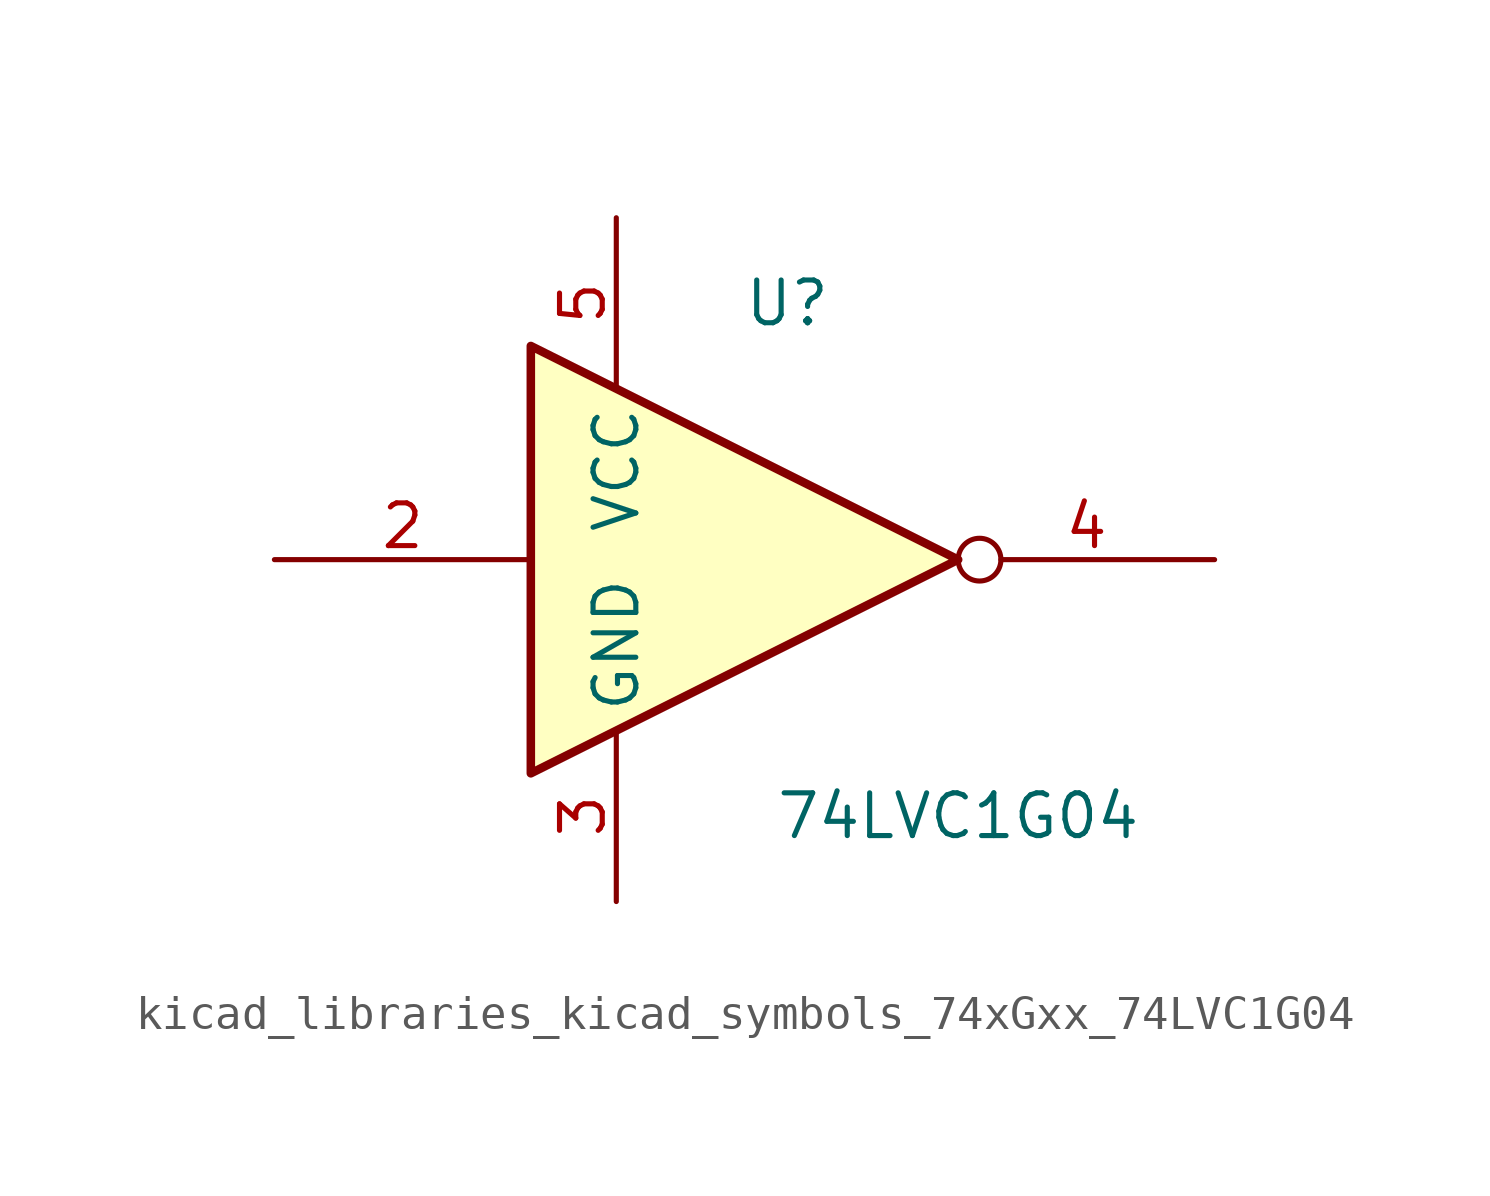
<source format=kicad_sym>
(kicad_symbol_lib
  (version 20220914)
  (generator kicad_symbol_editor)
  (symbol "kicad_libraries_kicad_symbols_74xGxx_74LVC1G04"
    (property "Reference" "U"
      (at 0 7.62 0)
      (effects (font (size 1.27 1.27))))
    (property "Value" "74LVC1G04"
      (at 5.08 -7.62 0)
      (effects (font (size 1.27 1.27))))
    (symbol "kicad_libraries_kicad_symbols_74xGxx_74LVC1G04_0_1"
      (polyline (pts (xy -7.62 6.35) (xy -7.62 -6.35) (xy 5.08 0) (xy -7.62 6.35)) (stroke (width 0.254) (type default)) (fill (type background))))
    (symbol "kicad_libraries_kicad_symbols_74xGxx_74LVC1G04_1_1"
      (pin input line (at -15.24 0 0) (length 7.62) (name "~" (effects (font (size 1.27 1.27)))) (number "2" (effects (font (size 1.27 1.27)))))
      (pin power_in line (at -5.08 -10.16 90) (length 5.08) (name "GND" (effects (font (size 1.27 1.27)))) (number "3" (effects (font (size 1.27 1.27)))))
      (pin output inverted (at 12.7 0 180) (length 7.62) (name "~" (effects (font (size 1.27 1.27)))) (number "4" (effects (font (size 1.27 1.27)))))
      (pin power_in line (at -5.08 10.16 270) (length 5.08) (name "VCC" (effects (font (size 1.27 1.27)))) (number "5" (effects (font (size 1.27 1.27))))))))
</source>
